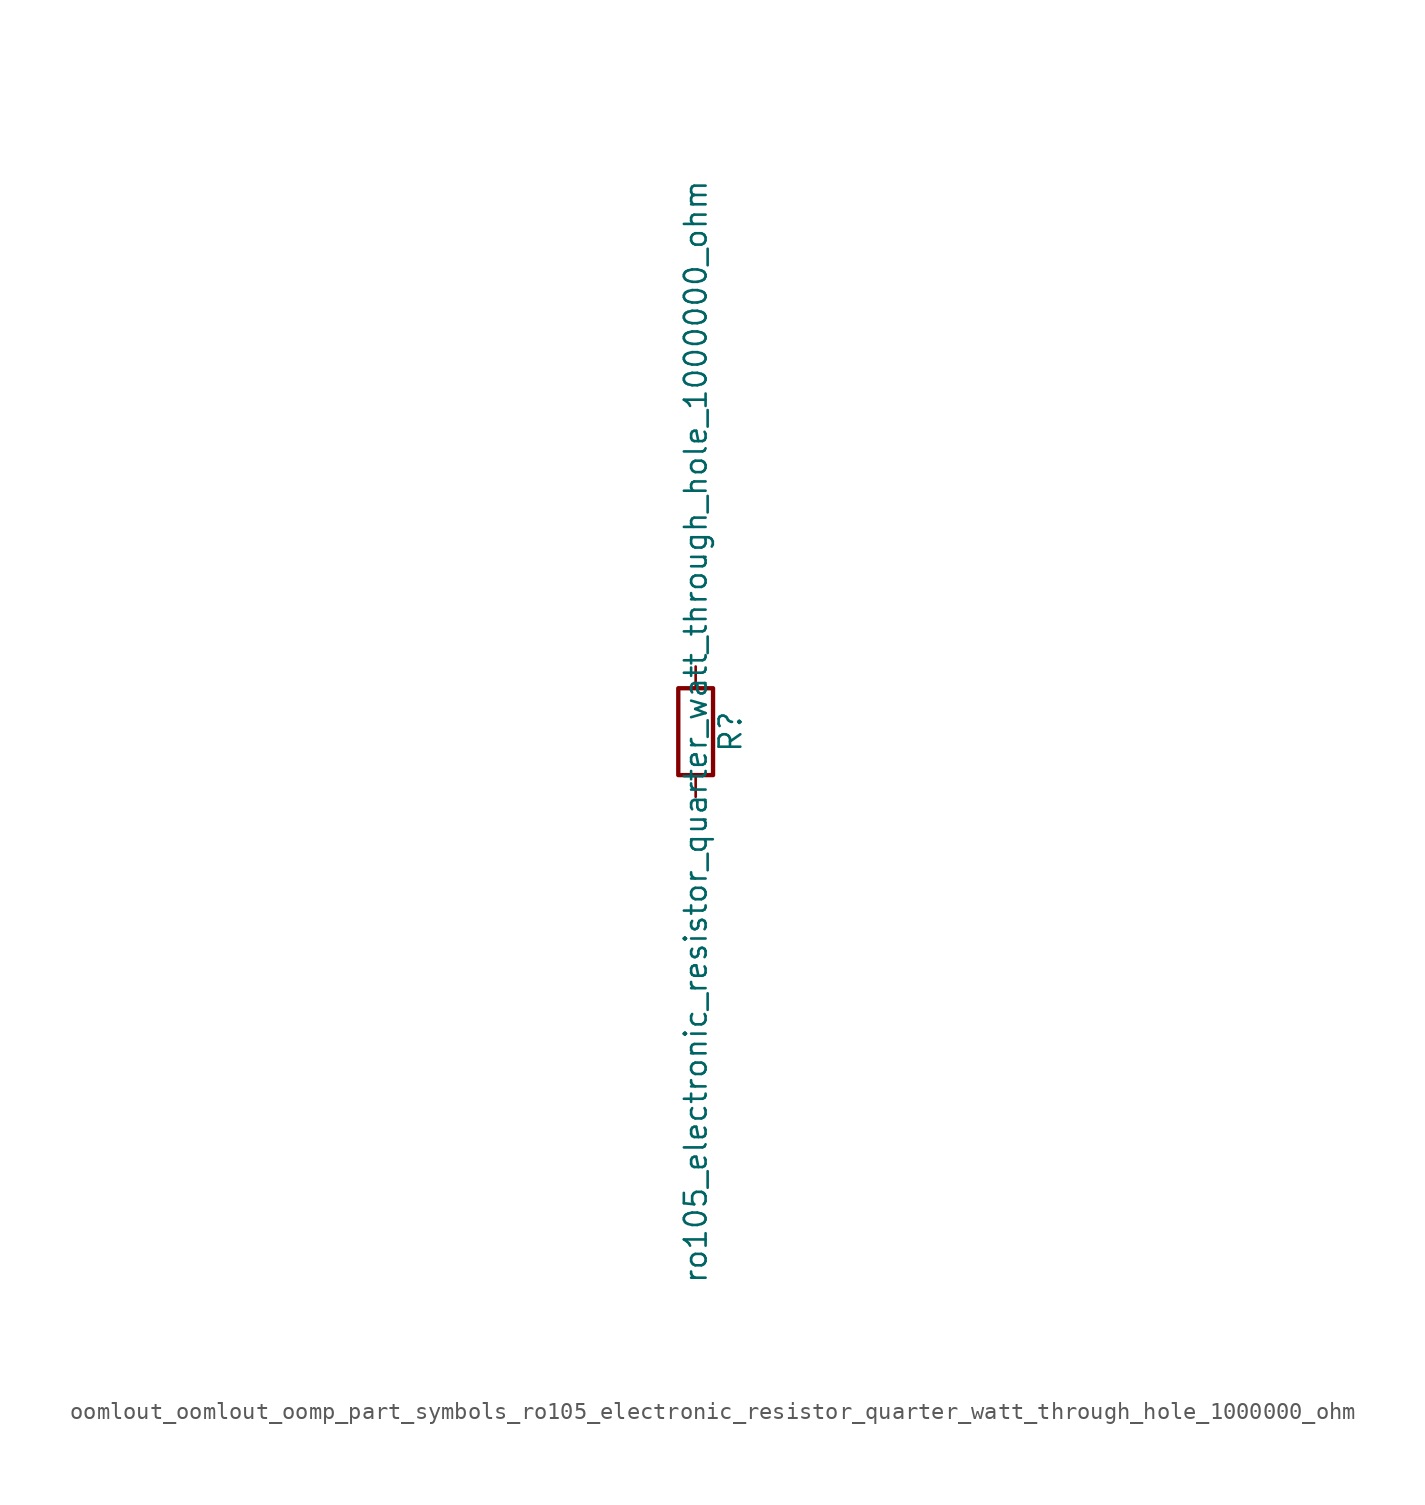
<source format=kicad_sym>
(kicad_symbol_lib
  (version 20220914)
  (generator kicad_symbol_editor)
  (symbol "oomlout_oomlout_oomp_part_symbols_ro105_electronic_resistor_quarter_watt_through_hole_1000000_ohm"
    (pin_numbers hide)
    (pin_names
      (offset 0))
    (property "Reference" "R"
      (at 2.032 0 90)
      (effects (font (size 1.27 1.27))))
    (property "Value" "ro105_electronic_resistor_quarter_watt_through_hole_1000000_ohm"
      (at 0 0 90)
      (effects (font (size 1.27 1.27))))
    (symbol "oomlout_oomlout_oomp_part_symbols_ro105_electronic_resistor_quarter_watt_through_hole_1000000_ohm_0_1"
      (rectangle (start -1.016 -2.54) (end 1.016 2.54) (stroke (width 0.254) (type default)) (fill (type none))))
    (symbol "oomlout_oomlout_oomp_part_symbols_ro105_electronic_resistor_quarter_watt_through_hole_1000000_ohm_1_1"
      (pin passive line (at 0 3.81 270) (length 1.27) (name "~" (effects (font (size 1.27 1.27)))) (number "1" (effects (font (size 1.27 1.27)))))
      (pin passive line (at 0 -3.81 90) (length 1.27) (name "~" (effects (font (size 1.27 1.27)))) (number "2" (effects (font (size 1.27 1.27))))))))
</source>
